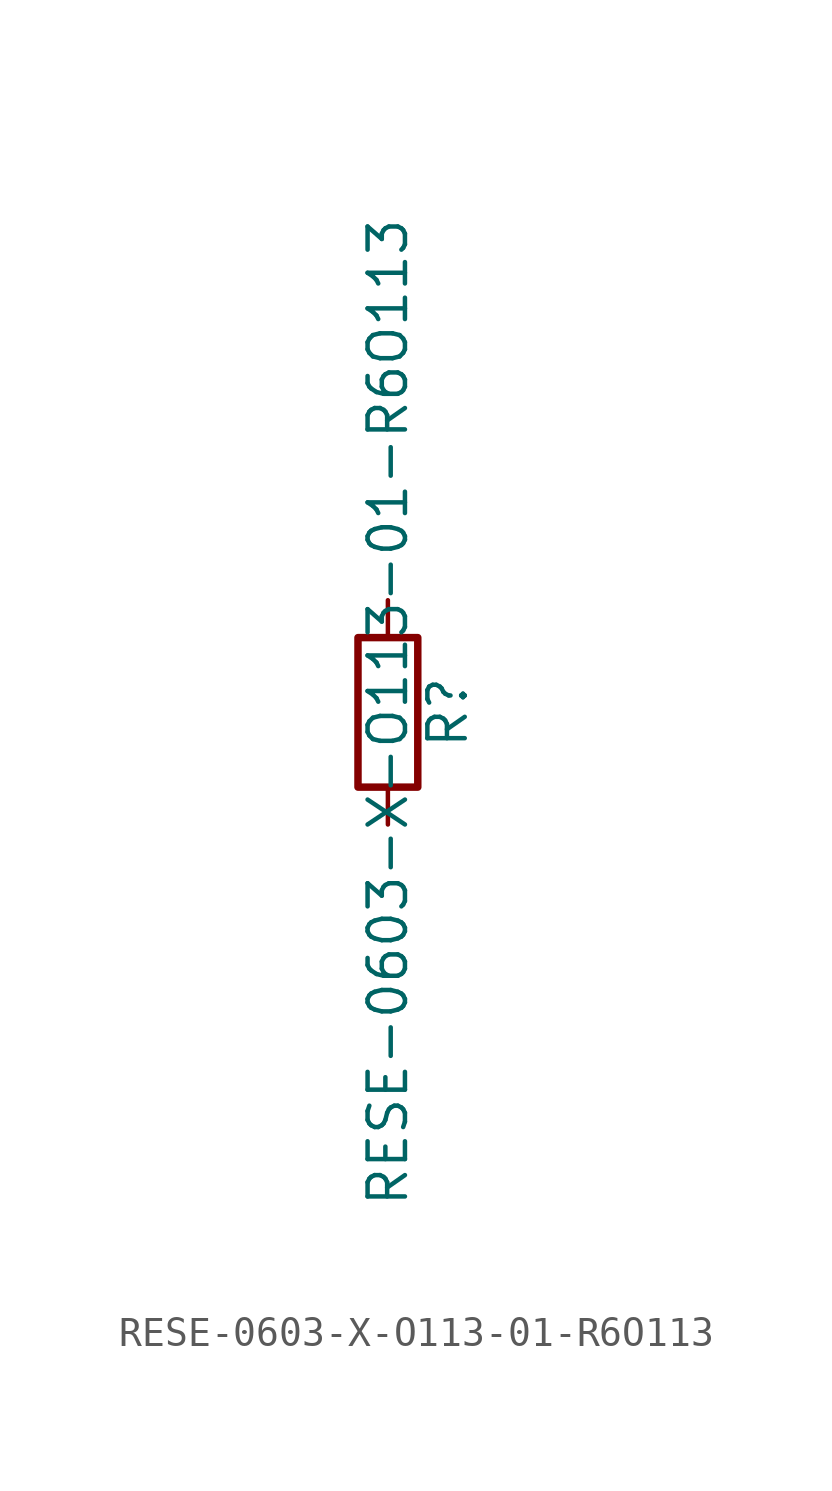
<source format=kicad_sym>
(kicad_symbol_lib
  (version 20211014)
  (generator kicad_symbol_editor)
  (symbol "RESE-0603-X-O113-01-R6O113"
    (pin_numbers hide)
    (pin_names
      (offset 0))
    (property "Reference" "R"
      (at 2.032 0 90)
      (effects (font (size 1.27 1.27))))
    (property "Value" "RESE-0603-X-O113-01-R6O113"
      (at 0 0 90)
      (effects (font (size 1.27 1.27))))
    (symbol "RESE-0603-X-O113-01-R6O113_0_1"
      (rectangle (start -1.016 -2.54) (end 1.016 2.54) (stroke (width 0.254) (type default) (color 0 0 0 0)) (fill (type none))))
    (symbol "RESE-0603-X-O113-01-R6O113_1_1"
      (pin passive line (at 0 3.81 270) (length 1.27) (name "~" (effects (font (size 1.27 1.27)))) (number "1" (effects (font (size 1.27 1.27)))))
      (pin passive line (at 0 -3.81 90) (length 1.27) (name "~" (effects (font (size 1.27 1.27)))) (number "2" (effects (font (size 1.27 1.27))))))))
</source>
